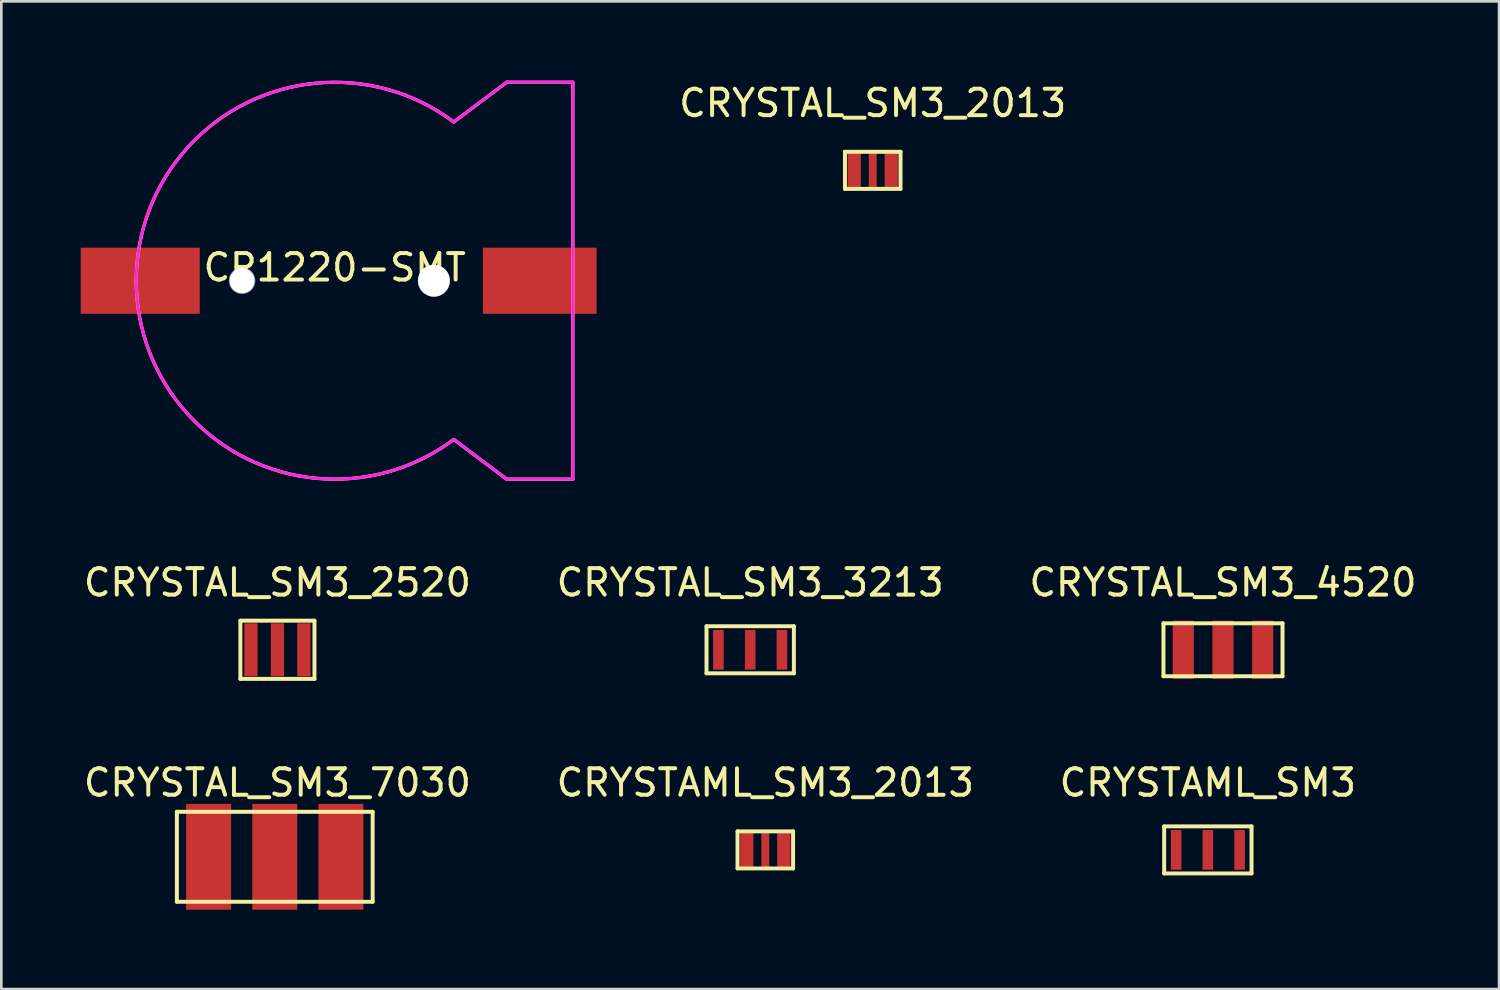
<source format=kicad_pcb>
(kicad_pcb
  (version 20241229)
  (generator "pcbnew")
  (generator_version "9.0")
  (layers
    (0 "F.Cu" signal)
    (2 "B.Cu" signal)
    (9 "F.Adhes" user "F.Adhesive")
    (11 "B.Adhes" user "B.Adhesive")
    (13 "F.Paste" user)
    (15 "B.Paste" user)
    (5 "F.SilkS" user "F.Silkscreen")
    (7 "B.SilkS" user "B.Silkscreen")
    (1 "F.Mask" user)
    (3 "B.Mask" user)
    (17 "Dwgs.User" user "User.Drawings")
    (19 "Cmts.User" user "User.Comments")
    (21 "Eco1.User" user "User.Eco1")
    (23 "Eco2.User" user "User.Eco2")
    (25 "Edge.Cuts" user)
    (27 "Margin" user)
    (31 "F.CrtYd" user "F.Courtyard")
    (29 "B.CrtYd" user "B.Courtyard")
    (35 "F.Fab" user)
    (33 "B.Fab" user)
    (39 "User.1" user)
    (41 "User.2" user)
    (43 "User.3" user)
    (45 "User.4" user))
  (footprint "CRYSTAML_SM3_2013"
    (layer "F.Cu")
    (at 25.875 29.072)
    (property "Reference" "CRYSTAML_SM3_2013" (at 0 -2.54 0) (layer "F.SilkS") (effects (font (size 1 1) (thickness 0.15))))
    (attr through_hole)
    (fp_line (start -1.05 -0.7) (end 1.05 -0.7) (stroke (width 0.15) (type solid)) (layer "F.SilkS"))
    (fp_line (start -1.05 0.7) (end -1.05 -0.7) (stroke (width 0.15) (type solid)) (layer "F.SilkS"))
    (fp_line (start 1.05 -0.7) (end 1.05 0.7) (stroke (width 0.15) (type solid)) (layer "F.SilkS"))
    (fp_line (start 1.05 0.7) (end -1.05 0.7) (stroke (width 0.15) (type solid)) (layer "F.SilkS"))
    (pad "1" smd rect (at -0.7 0) (size 0.5 1.3) (layers "F.Cu" "F.Mask" "F.Paste"))
    (pad "2" smd rect (at 0 0) (size 0.3 1.3) (layers "F.Cu" "F.Mask" "F.Paste"))
    (pad "3" smd rect (at 0.7 0) (size 0.5 1.3) (layers "F.Cu" "F.Mask" "F.Paste")))
  (footprint "CRYSTAL_SM3_2013"
    (layer "F.Cu")
    (at 29.935 3.388)
    (property "Reference" "CRYSTAL_SM3_2013" (at 0 -2.54 0) (layer "F.SilkS") (effects (font (size 1 1) (thickness 0.15))))
    (fp_line (start -1.05 -0.7) (end 1.05 -0.7) (stroke (width 0.15) (type solid)) (layer "F.SilkS"))
    (fp_line (start -1.05 0.7) (end -1.05 -0.7) (stroke (width 0.15) (type solid)) (layer "F.SilkS"))
    (fp_line (start 1.05 -0.7) (end 1.05 0.7) (stroke (width 0.15) (type solid)) (layer "F.SilkS"))
    (fp_line (start 1.05 0.7) (end -1.05 0.7) (stroke (width 0.15) (type solid)) (layer "F.SilkS"))
    (pad "1" smd rect (at -0.7 0) (size 0.5 1.3) (layers "F.Cu" "F.Mask" "F.Paste"))
    (pad "2" smd rect (at 0 0) (size 0.3 1.3) (layers "F.Cu" "F.Mask" "F.Paste"))
    (pad "3" smd rect (at 0.7 0) (size 0.5 1.3) (layers "F.Cu" "F.Mask" "F.Paste")))
  (footprint "CRYSTAL_SM3_7030"
    (layer "F.Cu")
    (at 7.335 29.332)
    (property "Reference" "CRYSTAL_SM3_7030" (at 0.1 -2.8 0) (layer "F.SilkS") (effects (font (size 1 1) (thickness 0.15))))
    (fp_line (start -3.7 -1.7) (end 3.7 -1.7) (stroke (width 0.15) (type solid)) (layer "F.SilkS"))
    (fp_line (start -3.7 1.7) (end -3.7 -1.7) (stroke (width 0.15) (type solid)) (layer "F.SilkS"))
    (fp_line (start 3.7 -1.7) (end 3.7 1.7) (stroke (width 0.15) (type solid)) (layer "F.SilkS"))
    (fp_line (start 3.7 1.7) (end -3.7 1.7) (stroke (width 0.15) (type solid)) (layer "F.SilkS"))
    (pad "1" smd rect (at -2.5 0) (size 1.7 4) (layers "F.Cu" "F.Mask" "F.Paste"))
    (pad "2" smd rect (at 0 0) (size 1.7 4) (layers "F.Cu" "F.Mask" "F.Paste"))
    (pad "3" smd rect (at 2.5 0) (size 1.7 4) (layers "F.Cu" "F.Mask" "F.Paste")))
  (footprint "CRYSTAL_SM3_3213"
    (layer "F.Cu")
    (at 25.304 21.508)
    (property "Reference" "CRYSTAL_SM3_3213" (at 0 -2.54 0) (layer "F.SilkS") (effects (font (size 1 1) (thickness 0.15))))
    (fp_line (start -1.651 -0.889) (end 1.651 -0.889) (stroke (width 0.15) (type solid)) (layer "F.SilkS"))
    (fp_line (start -1.651 0.889) (end -1.651 -0.889) (stroke (width 0.15) (type solid)) (layer "F.SilkS"))
    (fp_line (start 1.651 -0.889) (end 1.651 0.889) (stroke (width 0.15) (type solid)) (layer "F.SilkS"))
    (fp_line (start 1.651 0.889) (end -1.651 0.889) (stroke (width 0.15) (type solid)) (layer "F.SilkS"))
    (pad "1" smd rect (at -1.2 0) (size 0.4 1.5) (layers "F.Cu" "F.Mask" "F.Paste"))
    (pad "2" smd rect (at 0 0) (size 0.4 1.5) (layers "F.Cu" "F.Mask" "F.Paste"))
    (pad "3" smd rect (at 1.2 0) (size 0.4 1.5) (layers "F.Cu" "F.Mask" "F.Paste")))
  (footprint "CR1220-SMT"
    (layer "F.Cu")
    (at 9.6 7.56)
    (property "Reference" "CR1220-SMT" (at 0 -0.5 0) (unlocked yes) (layer "F.SilkS") (effects (font (size 1 1) (thickness 0.15))))
    (fp_line (start 4.5 -6) (end 6.5 -7.5) (stroke (width 0.12) (type solid)) (layer "F.SilkS"))
    (fp_line (start 6.5 -7.5) (end 9 -7.5) (stroke (width 0.12) (type solid)) (layer "F.SilkS"))
    (fp_line (start 6.5 7.5) (end 4.5 6) (stroke (width 0.12) (type solid)) (layer "F.SilkS"))
    (fp_line (start 9 -7.5) (end 9 7.5) (stroke (width 0.12) (type solid)) (layer "F.SilkS"))
    (fp_line (start 9 7.5) (end 6.5 7.5) (stroke (width 0.12) (type solid)) (layer "F.SilkS"))
    (fp_arc (start 4.5 6) (mid -7.500005 0) (end 4.5 -6) (stroke (width 0.12) (type solid)) (layer "F.SilkS"))
    (fp_line (start 4.5 6) (end 6.5 7.5) (stroke (width 0.12) (type solid)) (layer "F.CrtYd"))
    (fp_line (start 6.5 -7.5) (end 4.5 -6) (stroke (width 0.12) (type solid)) (layer "F.CrtYd"))
    (fp_line (start 6.5 7.5) (end 9 7.5) (stroke (width 0.12) (type solid)) (layer "F.CrtYd"))
    (fp_line (start 9 -7.5) (end 6.5 -7.5) (stroke (width 0.12) (type solid)) (layer "F.CrtYd"))
    (fp_line (start 9 7.5) (end 9 -7.5) (stroke (width 0.12) (type solid)) (layer "F.CrtYd"))
    (fp_arc (start 4.5 6) (mid -7.5 0) (end 4.5 -6) (stroke (width 0.12) (type solid)) (layer "F.CrtYd"))
    (pad "" np_thru_hole circle (at -3.5 0) (size 1 1) (drill 0.95) (layers "*.Cu" "*.Mask"))
    (pad "" np_thru_hole circle (at 3.75 0) (size 1.21 1.21) (drill 1.2) (layers "*.Cu" "*.Mask"))
    (pad "1" smd rect (at 7.75 0) (size 4.3 2.5) (layers "F.Cu" "F.Mask" "F.Paste"))
    (pad "2" smd rect (at -7.35 0) (size 4.5 2.5) (layers "F.Cu" "F.Mask" "F.Paste")))
  (footprint "CRYSTAL_SM3_2520"
    (layer "F.Cu")
    (at 7.435 21.508)
    (property "Reference" "CRYSTAL_SM3_2520" (at 0 -2.54 0) (layer "F.SilkS") (effects (font (size 1 1) (thickness 0.15))))
    (fp_line (start -1.4 -1.1) (end 1.4 -1.1) (stroke (width 0.15) (type solid)) (layer "F.SilkS"))
    (fp_line (start -1.4 1.1) (end -1.4 -1.1) (stroke (width 0.15) (type solid)) (layer "F.SilkS"))
    (fp_line (start 1.4 -1.1) (end 1.4 1.1) (stroke (width 0.15) (type solid)) (layer "F.SilkS"))
    (fp_line (start 1.4 1.1) (end -1.4 1.1) (stroke (width 0.15) (type solid)) (layer "F.SilkS"))
    (pad "1" smd rect (at -1 0) (size 0.5 2) (layers "F.Cu" "F.Mask" "F.Paste"))
    (pad "2" smd rect (at 0 0) (size 0.5 2) (layers "F.Cu" "F.Mask" "F.Paste"))
    (pad "3" smd rect (at 1 0) (size 0.5 2) (layers "F.Cu" "F.Mask" "F.Paste")))
  (footprint "CRYSTAL_SM3_4520"
    (layer "F.Cu")
    (at 43.173 21.508)
    (property "Reference" "CRYSTAL_SM3_4520" (at 0 -2.54 0) (layer "F.SilkS") (effects (font (size 1 1) (thickness 0.15))))
    (fp_line (start -2.25 -1) (end 2.25 -1) (stroke (width 0.15) (type solid)) (layer "F.SilkS"))
    (fp_line (start -2.25 1) (end -2.25 -1) (stroke (width 0.15) (type solid)) (layer "F.SilkS"))
    (fp_line (start 2.25 -1) (end 2.25 1) (stroke (width 0.15) (type solid)) (layer "F.SilkS"))
    (fp_line (start 2.25 1) (end -2.25 1) (stroke (width 0.15) (type solid)) (layer "F.SilkS"))
    (pad "1" smd rect (at -1.5 0) (size 0.8 2.2) (layers "F.Cu" "F.Mask" "F.Paste"))
    (pad "2" smd rect (at 0 0) (size 0.8 2.2) (layers "F.Cu" "F.Mask" "F.Paste"))
    (pad "3" smd rect (at 1.5 0) (size 0.8 2.2) (layers "F.Cu" "F.Mask" "F.Paste")))
  (footprint "CRYSTAML_SM3"
    (layer "F.Cu")
    (at 42.601 29.072)
    (property "Reference" "CRYSTAML_SM3" (at 0 -2.54 0) (layer "F.SilkS") (effects (font (size 1 1) (thickness 0.15))))
    (attr through_hole)
    (fp_line (start -1.651 -0.889) (end 1.651 -0.889) (stroke (width 0.15) (type solid)) (layer "F.SilkS"))
    (fp_line (start -1.651 0.889) (end -1.651 -0.889) (stroke (width 0.15) (type solid)) (layer "F.SilkS"))
    (fp_line (start 1.651 -0.889) (end 1.651 0.889) (stroke (width 0.15) (type solid)) (layer "F.SilkS"))
    (fp_line (start 1.651 0.889) (end -1.651 0.889) (stroke (width 0.15) (type solid)) (layer "F.SilkS"))
    (pad "1" smd rect (at -1.2 0) (size 0.4 1.5) (layers "F.Cu" "F.Mask" "F.Paste"))
    (pad "2" smd rect (at 0 0) (size 0.4 1.5) (layers "F.Cu" "F.Mask" "F.Paste"))
    (pad "3" smd rect (at 1.2 0) (size 0.4 1.5) (layers "F.Cu" "F.Mask" "F.Paste")))
  (gr_rect
    (start -3 -3)
    (end 53.607 34.332)
    (stroke (width 0.1) (type default))
    (fill no)
    (layer "Edge.Cuts")))
</source>
